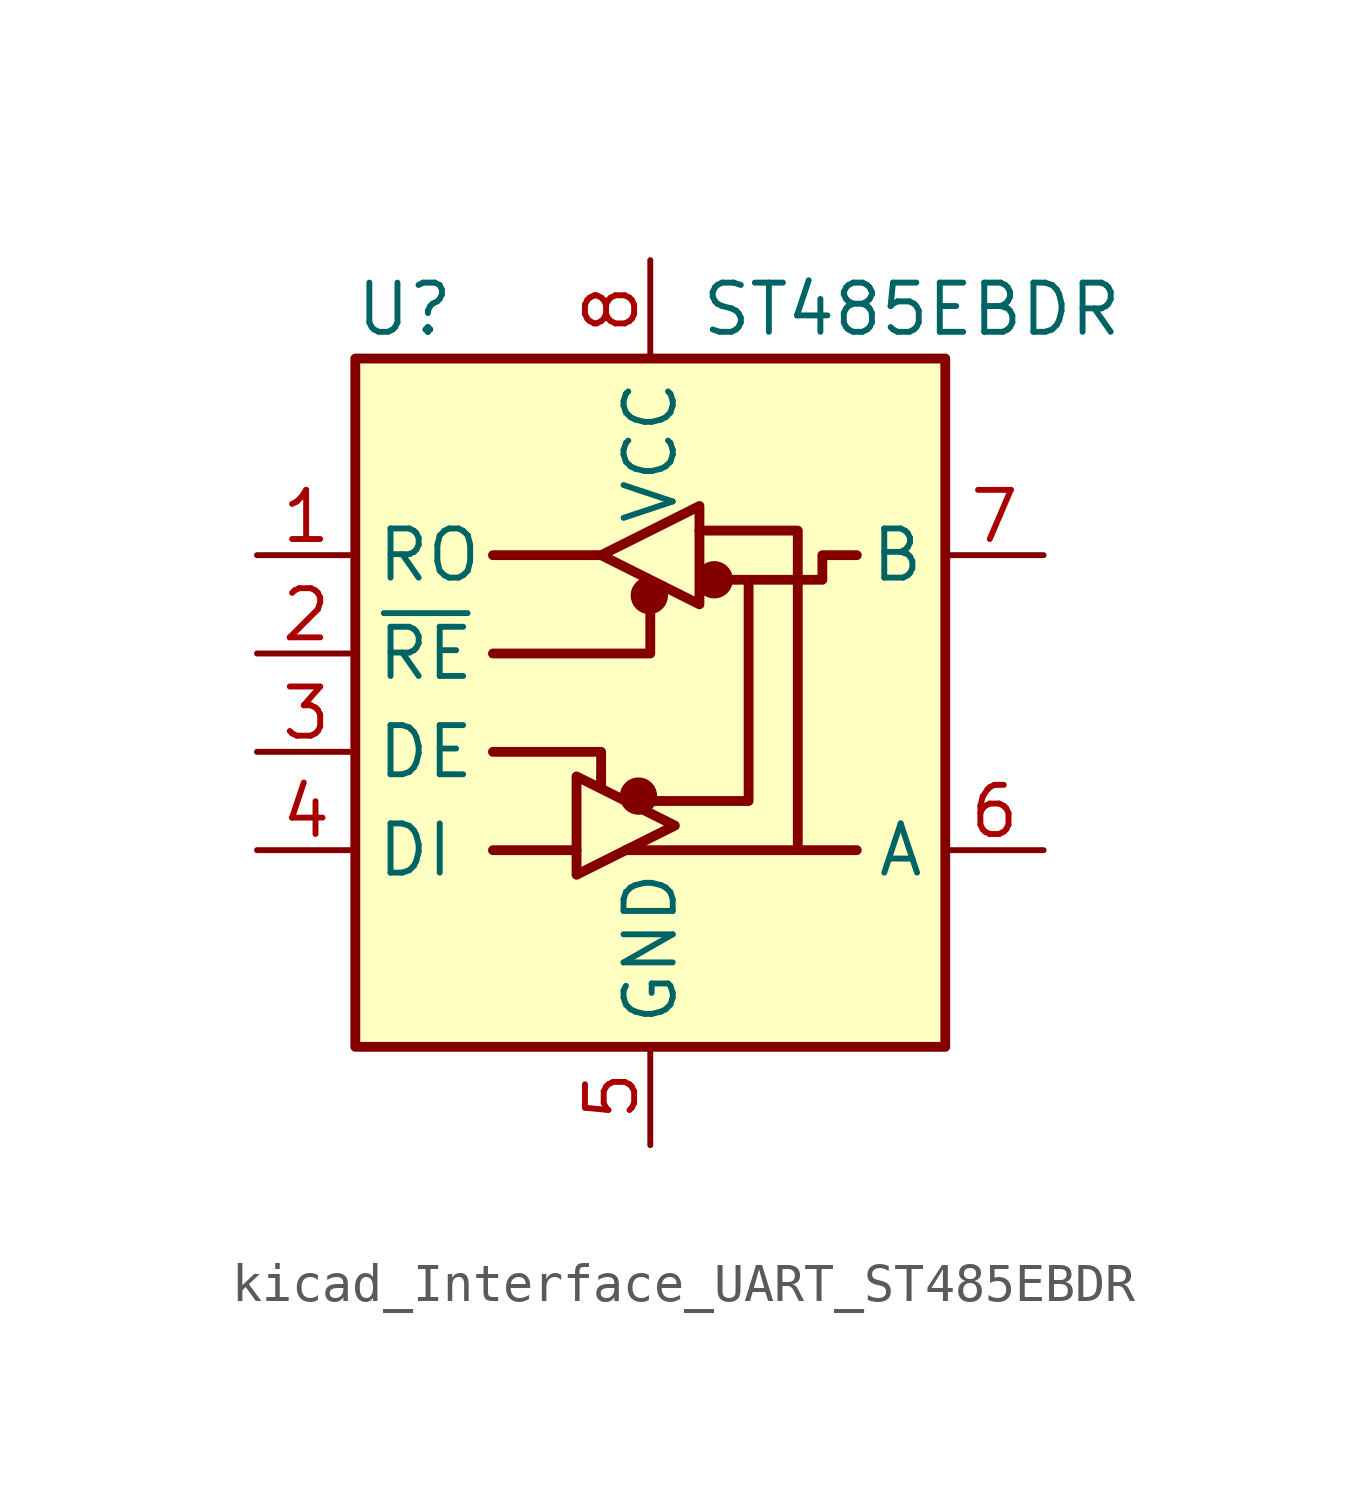
<source format=kicad_sym>
(kicad_symbol_lib
  (version 20220914)
  (generator kicad_symbol_editor)
  (symbol "kicad_Interface_UART_ST485EBDR"
    (property "Reference" "U"
      (at -6.35 8.89 0)
      (effects (font (size 1.27 1.27))))
    (property "Value" "ST485EBDR"
      (at 1.27 8.89 0)
      (effects (font (size 1.27 1.27)) (justify left)))
    (symbol "kicad_Interface_UART_ST485EBDR_0_1"
      (rectangle (start -7.62 7.62) (end 7.62 -10.16) (stroke (width 0.254) (type default)) (fill (type background)))
      (circle (center -0.305 -3.683) (radius 0.356) (stroke (width 0.254) (type default)) (fill (type outline)))
      (circle (center -0.025 1.499) (radius 0.356) (stroke (width 0.254) (type default)) (fill (type outline)))
      (polyline (pts (xy -4.064 -5.08) (xy -1.905 -5.08)) (stroke (width 0.254) (type default)) (fill (type none)))
      (polyline (pts (xy -4.064 2.54) (xy -1.27 2.54)) (stroke (width 0.254) (type default)) (fill (type none)))
      (polyline (pts (xy -1.27 -3.2) (xy -1.27 -3.454)) (stroke (width 0.254) (type default)) (fill (type none)))
      (polyline (pts (xy -0.635 -5.08) (xy 5.334 -5.08)) (stroke (width 0.254) (type default)) (fill (type none)))
      (polyline (pts (xy -4.064 -2.54) (xy -1.27 -2.54) (xy -1.27 -3.175)) (stroke (width 0.254) (type default)) (fill (type none)))
      (polyline (pts (xy 0 1.27) (xy 0 0) (xy -4.064 0)) (stroke (width 0.254) (type default)) (fill (type none)))
      (polyline (pts (xy 1.27 3.175) (xy 3.81 3.175) (xy 3.81 -5.08)) (stroke (width 0.254) (type default)) (fill (type none)))
      (polyline (pts (xy 2.54 1.905) (xy 2.54 -3.81) (xy 0 -3.81)) (stroke (width 0.254) (type default)) (fill (type none)))
      (polyline (pts (xy -1.905 -3.175) (xy -1.905 -5.715) (xy 0.635 -4.445) (xy -1.905 -3.175)) (stroke (width 0.254) (type default)) (fill (type none)))
      (polyline (pts (xy -1.27 2.54) (xy 1.27 3.81) (xy 1.27 1.27) (xy -1.27 2.54)) (stroke (width 0.254) (type default)) (fill (type none)))
      (polyline (pts (xy 1.905 1.905) (xy 4.445 1.905) (xy 4.445 2.54) (xy 5.334 2.54)) (stroke (width 0.254) (type default)) (fill (type none)))
      (rectangle (start 1.27 3.175) (end 1.27 3.175) (stroke (width 0) (type default)) (fill (type none)))
      (circle (center 1.651 1.905) (radius 0.356) (stroke (width 0.254) (type default)) (fill (type outline))))
    (symbol "kicad_Interface_UART_ST485EBDR_1_1"
      (pin output line (at -10.16 2.54 0) (length 2.54) (name "RO" (effects (font (size 1.27 1.27)))) (number "1" (effects (font (size 1.27 1.27)))))
      (pin input line (at -10.16 0 0) (length 2.54) (name "~{RE}" (effects (font (size 1.27 1.27)))) (number "2" (effects (font (size 1.27 1.27)))))
      (pin input line (at -10.16 -2.54 0) (length 2.54) (name "DE" (effects (font (size 1.27 1.27)))) (number "3" (effects (font (size 1.27 1.27)))))
      (pin input line (at -10.16 -5.08 0) (length 2.54) (name "DI" (effects (font (size 1.27 1.27)))) (number "4" (effects (font (size 1.27 1.27)))))
      (pin power_in line (at 0 -12.7 90) (length 2.54) (name "GND" (effects (font (size 1.27 1.27)))) (number "5" (effects (font (size 1.27 1.27)))))
      (pin bidirectional line (at 10.16 -5.08 180) (length 2.54) (name "A" (effects (font (size 1.27 1.27)))) (number "6" (effects (font (size 1.27 1.27)))))
      (pin bidirectional line (at 10.16 2.54 180) (length 2.54) (name "B" (effects (font (size 1.27 1.27)))) (number "7" (effects (font (size 1.27 1.27)))))
      (pin power_in line (at 0 10.16 270) (length 2.54) (name "VCC" (effects (font (size 1.27 1.27)))) (number "8" (effects (font (size 1.27 1.27))))))))
</source>
